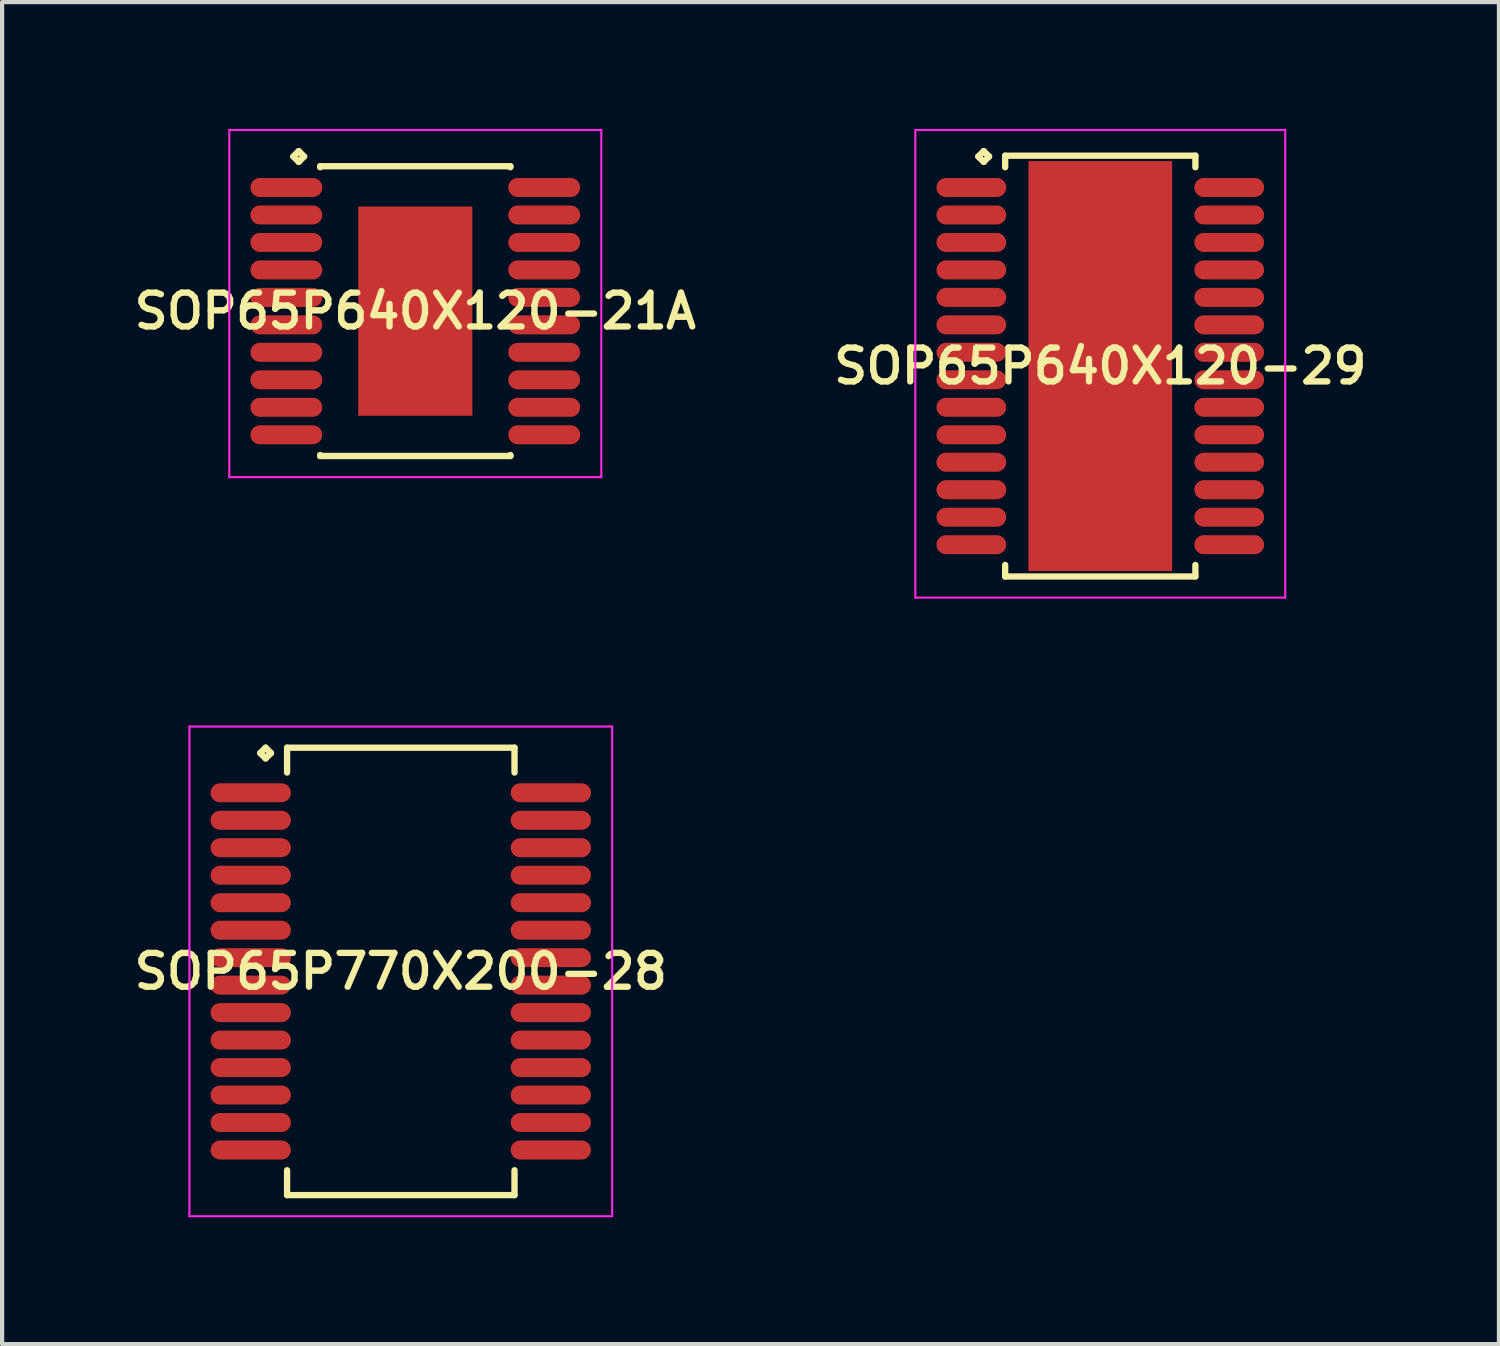
<source format=kicad_pcb>
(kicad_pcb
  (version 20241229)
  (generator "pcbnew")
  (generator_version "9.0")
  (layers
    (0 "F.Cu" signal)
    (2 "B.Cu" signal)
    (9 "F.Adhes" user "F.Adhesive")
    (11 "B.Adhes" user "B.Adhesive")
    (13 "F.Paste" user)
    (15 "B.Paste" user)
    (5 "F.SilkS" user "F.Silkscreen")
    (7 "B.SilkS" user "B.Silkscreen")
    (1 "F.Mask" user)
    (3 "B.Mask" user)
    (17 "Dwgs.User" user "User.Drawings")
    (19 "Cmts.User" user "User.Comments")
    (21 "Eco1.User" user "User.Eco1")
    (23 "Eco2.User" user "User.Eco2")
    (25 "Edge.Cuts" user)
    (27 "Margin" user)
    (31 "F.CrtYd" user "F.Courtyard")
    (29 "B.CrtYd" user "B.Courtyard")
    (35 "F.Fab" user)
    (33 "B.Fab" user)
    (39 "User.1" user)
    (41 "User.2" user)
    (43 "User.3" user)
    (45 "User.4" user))
  (footprint "SOP65P640X120-21A"
    (layer "F.Cu")
    (at 6.774 4.31)
    (property "Reference" "SOP65P640X120-21A" (at 0 0 0) (layer "F.SilkS") (effects (font (size 0.8 0.8) (thickness 0.15))))
    (attr smd)
    (fp_line (start -2.885 -3.658) (end -2.758 -3.785) (stroke (width 0.15) (type solid)) (layer "F.SilkS"))
    (fp_line (start -2.758 -3.785) (end -2.631 -3.658) (stroke (width 0.15) (type solid)) (layer "F.SilkS"))
    (fp_line (start -2.758 -3.531) (end -2.885 -3.658) (stroke (width 0.15) (type solid)) (layer "F.SilkS"))
    (fp_line (start -2.631 -3.658) (end -2.758 -3.531) (stroke (width 0.15) (type solid)) (layer "F.SilkS"))
    (fp_line (start -2.25 -3.427) (end 2.25 -3.427) (stroke (width 0.15) (type solid)) (layer "F.SilkS"))
    (fp_line (start -2.25 -3.404) (end -2.25 -3.427) (stroke (width 0.15) (type solid)) (layer "F.SilkS"))
    (fp_line (start -2.25 3.404) (end -2.25 3.427) (stroke (width 0.15) (type solid)) (layer "F.SilkS"))
    (fp_line (start -2.25 3.427) (end 2.25 3.427) (stroke (width 0.15) (type solid)) (layer "F.SilkS"))
    (fp_line (start 2.25 -3.427) (end 2.25 -3.404) (stroke (width 0.15) (type solid)) (layer "F.SilkS"))
    (fp_line (start 2.25 3.427) (end 2.25 3.404) (stroke (width 0.15) (type solid)) (layer "F.SilkS"))
    (fp_line (start -4.4 -4.285) (end 4.4 -4.285) (stroke (width 0.05) (type solid)) (layer "F.CrtYd"))
    (fp_line (start -4.4 3.927) (end -4.4 -4.285) (stroke (width 0.05) (type solid)) (layer "F.CrtYd"))
    (fp_line (start 4.4 -4.285) (end 4.4 3.927) (stroke (width 0.05) (type solid)) (layer "F.CrtYd"))
    (fp_line (start 4.4 3.927) (end -4.4 3.927) (stroke (width 0.05) (type solid)) (layer "F.CrtYd"))
    (pad "1" smd oval (at -3.05 -2.925) (size 1.7 0.45) (layers "F.Cu" "F.Mask" "F.Paste"))
    (pad "2" smd oval (at -3.05 -2.275) (size 1.7 0.45) (layers "F.Cu" "F.Mask" "F.Paste"))
    (pad "3" smd oval (at -3.05 -1.625) (size 1.7 0.45) (layers "F.Cu" "F.Mask" "F.Paste"))
    (pad "4" smd oval (at -3.05 -0.975) (size 1.7 0.45) (layers "F.Cu" "F.Mask" "F.Paste"))
    (pad "5" smd oval (at -3.05 -0.325) (size 1.7 0.45) (layers "F.Cu" "F.Mask" "F.Paste"))
    (pad "6" smd oval (at -3.05 0.325) (size 1.7 0.45) (layers "F.Cu" "F.Mask" "F.Paste"))
    (pad "7" smd oval (at -3.05 0.975) (size 1.7 0.45) (layers "F.Cu" "F.Mask" "F.Paste"))
    (pad "8" smd oval (at -3.05 1.625) (size 1.7 0.45) (layers "F.Cu" "F.Mask" "F.Paste"))
    (pad "9" smd oval (at -3.05 2.275) (size 1.7 0.45) (layers "F.Cu" "F.Mask" "F.Paste"))
    (pad "10" smd oval (at -3.05 2.925) (size 1.7 0.45) (layers "F.Cu" "F.Mask" "F.Paste"))
    (pad "11" smd oval (at 3.05 2.925) (size 1.7 0.45) (layers "F.Cu" "F.Mask" "F.Paste"))
    (pad "12" smd oval (at 3.05 2.275) (size 1.7 0.45) (layers "F.Cu" "F.Mask" "F.Paste"))
    (pad "13" smd oval (at 3.05 1.625) (size 1.7 0.45) (layers "F.Cu" "F.Mask" "F.Paste"))
    (pad "14" smd oval (at 3.05 0.975) (size 1.7 0.45) (layers "F.Cu" "F.Mask" "F.Paste"))
    (pad "15" smd oval (at 3.05 0.325) (size 1.7 0.45) (layers "F.Cu" "F.Mask" "F.Paste"))
    (pad "16" smd oval (at 3.05 -0.325) (size 1.7 0.45) (layers "F.Cu" "F.Mask" "F.Paste"))
    (pad "17" smd oval (at 3.05 -0.975) (size 1.7 0.45) (layers "F.Cu" "F.Mask" "F.Paste"))
    (pad "18" smd oval (at 3.05 -1.625) (size 1.7 0.45) (layers "F.Cu" "F.Mask" "F.Paste"))
    (pad "19" smd oval (at 3.05 -2.275) (size 1.7 0.45) (layers "F.Cu" "F.Mask" "F.Paste"))
    (pad "20" smd oval (at 3.05 -2.925) (size 1.7 0.45) (layers "F.Cu" "F.Mask" "F.Paste"))
    (pad "21" smd rect (at 0 0) (size 2.7 4.95) (layers "F.Cu" "F.Mask" "F.Paste")))
  (footprint "SOP65P640X120-29"
    (layer "F.Cu")
    (at 22.978 5.61)
    (property "Reference" "SOP65P640X120-29" (at 0 0 0) (layer "F.SilkS") (effects (font (size 0.8 0.8) (thickness 0.15))))
    (attr smd)
    (fp_line (start -2.885 -4.958) (end -2.758 -5.085) (stroke (width 0.15) (type solid)) (layer "F.SilkS"))
    (fp_line (start -2.758 -5.085) (end -2.631 -4.958) (stroke (width 0.15) (type solid)) (layer "F.SilkS"))
    (fp_line (start -2.758 -4.831) (end -2.885 -4.958) (stroke (width 0.15) (type solid)) (layer "F.SilkS"))
    (fp_line (start -2.631 -4.958) (end -2.758 -4.831) (stroke (width 0.15) (type solid)) (layer "F.SilkS"))
    (fp_line (start -2.25 -4.977) (end 2.25 -4.977) (stroke (width 0.15) (type solid)) (layer "F.SilkS"))
    (fp_line (start -2.25 -4.704) (end -2.25 -4.977) (stroke (width 0.15) (type solid)) (layer "F.SilkS"))
    (fp_line (start -2.25 4.704) (end -2.25 4.977) (stroke (width 0.15) (type solid)) (layer "F.SilkS"))
    (fp_line (start -2.25 4.977) (end 2.25 4.977) (stroke (width 0.15) (type solid)) (layer "F.SilkS"))
    (fp_line (start 2.25 -4.977) (end 2.25 -4.704) (stroke (width 0.15) (type solid)) (layer "F.SilkS"))
    (fp_line (start 2.25 4.977) (end 2.25 4.704) (stroke (width 0.15) (type solid)) (layer "F.SilkS"))
    (fp_line (start -4.375 -5.585) (end 4.375 -5.585) (stroke (width 0.05) (type solid)) (layer "F.CrtYd"))
    (fp_line (start -4.375 5.477) (end -4.375 -5.585) (stroke (width 0.05) (type solid)) (layer "F.CrtYd"))
    (fp_line (start 4.375 -5.585) (end 4.375 5.477) (stroke (width 0.05) (type solid)) (layer "F.CrtYd"))
    (fp_line (start 4.375 5.477) (end -4.375 5.477) (stroke (width 0.05) (type solid)) (layer "F.CrtYd"))
    (pad "1" smd oval (at -3.05 -4.225) (size 1.65 0.45) (layers "F.Cu" "F.Mask" "F.Paste"))
    (pad "2" smd oval (at -3.05 -3.575) (size 1.65 0.45) (layers "F.Cu" "F.Mask" "F.Paste"))
    (pad "3" smd oval (at -3.05 -2.925) (size 1.65 0.45) (layers "F.Cu" "F.Mask" "F.Paste"))
    (pad "4" smd oval (at -3.05 -2.275) (size 1.65 0.45) (layers "F.Cu" "F.Mask" "F.Paste"))
    (pad "5" smd oval (at -3.05 -1.625) (size 1.65 0.45) (layers "F.Cu" "F.Mask" "F.Paste"))
    (pad "6" smd oval (at -3.05 -0.975) (size 1.65 0.45) (layers "F.Cu" "F.Mask" "F.Paste"))
    (pad "7" smd oval (at -3.05 -0.325) (size 1.65 0.45) (layers "F.Cu" "F.Mask" "F.Paste"))
    (pad "8" smd oval (at -3.05 0.325) (size 1.65 0.45) (layers "F.Cu" "F.Mask" "F.Paste"))
    (pad "9" smd oval (at -3.05 0.975) (size 1.65 0.45) (layers "F.Cu" "F.Mask" "F.Paste"))
    (pad "10" smd oval (at -3.05 1.625) (size 1.65 0.45) (layers "F.Cu" "F.Mask" "F.Paste"))
    (pad "11" smd oval (at -3.05 2.275) (size 1.65 0.45) (layers "F.Cu" "F.Mask" "F.Paste"))
    (pad "12" smd oval (at -3.05 2.925) (size 1.65 0.45) (layers "F.Cu" "F.Mask" "F.Paste"))
    (pad "13" smd oval (at -3.05 3.575) (size 1.65 0.45) (layers "F.Cu" "F.Mask" "F.Paste"))
    (pad "14" smd oval (at -3.05 4.225) (size 1.65 0.45) (layers "F.Cu" "F.Mask" "F.Paste"))
    (pad "15" smd oval (at 3.05 4.225) (size 1.65 0.45) (layers "F.Cu" "F.Mask" "F.Paste"))
    (pad "16" smd oval (at 3.05 3.575) (size 1.65 0.45) (layers "F.Cu" "F.Mask" "F.Paste"))
    (pad "17" smd oval (at 3.05 2.925) (size 1.65 0.45) (layers "F.Cu" "F.Mask" "F.Paste"))
    (pad "18" smd oval (at 3.05 2.275) (size 1.65 0.45) (layers "F.Cu" "F.Mask" "F.Paste"))
    (pad "19" smd oval (at 3.05 1.625) (size 1.65 0.45) (layers "F.Cu" "F.Mask" "F.Paste"))
    (pad "20" smd oval (at 3.05 0.975) (size 1.65 0.45) (layers "F.Cu" "F.Mask" "F.Paste"))
    (pad "21" smd oval (at 3.05 0.325) (size 1.65 0.45) (layers "F.Cu" "F.Mask" "F.Paste"))
    (pad "22" smd oval (at 3.05 -0.325) (size 1.65 0.45) (layers "F.Cu" "F.Mask" "F.Paste"))
    (pad "23" smd oval (at 3.05 -0.975) (size 1.65 0.45) (layers "F.Cu" "F.Mask" "F.Paste"))
    (pad "24" smd oval (at 3.05 -1.625) (size 1.65 0.45) (layers "F.Cu" "F.Mask" "F.Paste"))
    (pad "25" smd oval (at 3.05 -2.275) (size 1.65 0.45) (layers "F.Cu" "F.Mask" "F.Paste"))
    (pad "26" smd oval (at 3.05 -2.925) (size 1.65 0.45) (layers "F.Cu" "F.Mask" "F.Paste"))
    (pad "27" smd oval (at 3.05 -3.575) (size 1.65 0.45) (layers "F.Cu" "F.Mask" "F.Paste"))
    (pad "28" smd oval (at 3.05 -4.225) (size 1.65 0.45) (layers "F.Cu" "F.Mask" "F.Paste"))
    (pad "29" smd rect (at 0 0) (size 3.4 9.7) (layers "F.Cu" "F.Mask" "F.Paste")))
  (footprint "SOP65P770X200-28"
    (layer "F.Cu")
    (at 6.431 19.929)
    (property "Reference" "SOP65P770X200-28" (at 0 0 0) (layer "F.SilkS") (effects (font (size 0.8 0.8) (thickness 0.15))))
    (attr smd)
    (fp_line (start -3.325 -5.165) (end -3.198 -5.292) (stroke (width 0.15) (type solid)) (layer "F.SilkS"))
    (fp_line (start -3.198 -5.292) (end -3.071 -5.165) (stroke (width 0.15) (type solid)) (layer "F.SilkS"))
    (fp_line (start -3.198 -5.038) (end -3.325 -5.165) (stroke (width 0.15) (type solid)) (layer "F.SilkS"))
    (fp_line (start -3.071 -5.165) (end -3.198 -5.038) (stroke (width 0.15) (type solid)) (layer "F.SilkS"))
    (fp_line (start -2.69 -5.292) (end 2.69 -5.292) (stroke (width 0.15) (type solid)) (layer "F.SilkS"))
    (fp_line (start -2.69 -4.704) (end -2.69 -5.292) (stroke (width 0.15) (type solid)) (layer "F.SilkS"))
    (fp_line (start -2.69 4.704) (end -2.69 5.292) (stroke (width 0.15) (type solid)) (layer "F.SilkS"))
    (fp_line (start -2.69 5.292) (end 2.69 5.292) (stroke (width 0.15) (type solid)) (layer "F.SilkS"))
    (fp_line (start 2.69 -5.292) (end 2.69 -4.704) (stroke (width 0.15) (type solid)) (layer "F.SilkS"))
    (fp_line (start 2.69 5.292) (end 2.69 4.704) (stroke (width 0.15) (type solid)) (layer "F.SilkS"))
    (fp_line (start -5 -5.792) (end 5 -5.792) (stroke (width 0.05) (type solid)) (layer "F.CrtYd"))
    (fp_line (start -5 5.792) (end -5 -5.792) (stroke (width 0.05) (type solid)) (layer "F.CrtYd"))
    (fp_line (start 5 -5.792) (end 5 5.792) (stroke (width 0.05) (type solid)) (layer "F.CrtYd"))
    (fp_line (start 5 5.792) (end -5 5.792) (stroke (width 0.05) (type solid)) (layer "F.CrtYd"))
    (pad "1" smd oval (at -3.55 -4.225) (size 1.9 0.45) (layers "F.Cu" "F.Mask" "F.Paste"))
    (pad "2" smd oval (at -3.55 -3.575) (size 1.9 0.45) (layers "F.Cu" "F.Mask" "F.Paste"))
    (pad "3" smd oval (at -3.55 -2.925) (size 1.9 0.45) (layers "F.Cu" "F.Mask" "F.Paste"))
    (pad "4" smd oval (at -3.55 -2.275) (size 1.9 0.45) (layers "F.Cu" "F.Mask" "F.Paste"))
    (pad "5" smd oval (at -3.55 -1.625) (size 1.9 0.45) (layers "F.Cu" "F.Mask" "F.Paste"))
    (pad "6" smd oval (at -3.55 -0.975) (size 1.9 0.45) (layers "F.Cu" "F.Mask" "F.Paste"))
    (pad "7" smd oval (at -3.55 -0.325) (size 1.9 0.45) (layers "F.Cu" "F.Mask" "F.Paste"))
    (pad "8" smd oval (at -3.55 0.325) (size 1.9 0.45) (layers "F.Cu" "F.Mask" "F.Paste"))
    (pad "9" smd oval (at -3.55 0.975) (size 1.9 0.45) (layers "F.Cu" "F.Mask" "F.Paste"))
    (pad "10" smd oval (at -3.55 1.625) (size 1.9 0.45) (layers "F.Cu" "F.Mask" "F.Paste"))
    (pad "11" smd oval (at -3.55 2.275) (size 1.9 0.45) (layers "F.Cu" "F.Mask" "F.Paste"))
    (pad "12" smd oval (at -3.55 2.925) (size 1.9 0.45) (layers "F.Cu" "F.Mask" "F.Paste"))
    (pad "13" smd oval (at -3.55 3.575) (size 1.9 0.45) (layers "F.Cu" "F.Mask" "F.Paste"))
    (pad "14" smd oval (at -3.55 4.225) (size 1.9 0.45) (layers "F.Cu" "F.Mask" "F.Paste"))
    (pad "15" smd oval (at 3.55 4.225) (size 1.9 0.45) (layers "F.Cu" "F.Mask" "F.Paste"))
    (pad "16" smd oval (at 3.55 3.575) (size 1.9 0.45) (layers "F.Cu" "F.Mask" "F.Paste"))
    (pad "17" smd oval (at 3.55 2.925) (size 1.9 0.45) (layers "F.Cu" "F.Mask" "F.Paste"))
    (pad "18" smd oval (at 3.55 2.275) (size 1.9 0.45) (layers "F.Cu" "F.Mask" "F.Paste"))
    (pad "19" smd oval (at 3.55 1.625) (size 1.9 0.45) (layers "F.Cu" "F.Mask" "F.Paste"))
    (pad "20" smd oval (at 3.55 0.975) (size 1.9 0.45) (layers "F.Cu" "F.Mask" "F.Paste"))
    (pad "21" smd oval (at 3.55 0.325) (size 1.9 0.45) (layers "F.Cu" "F.Mask" "F.Paste"))
    (pad "22" smd oval (at 3.55 -0.325) (size 1.9 0.45) (layers "F.Cu" "F.Mask" "F.Paste"))
    (pad "23" smd oval (at 3.55 -0.975) (size 1.9 0.45) (layers "F.Cu" "F.Mask" "F.Paste"))
    (pad "24" smd oval (at 3.55 -1.625) (size 1.9 0.45) (layers "F.Cu" "F.Mask" "F.Paste"))
    (pad "25" smd oval (at 3.55 -2.275) (size 1.9 0.45) (layers "F.Cu" "F.Mask" "F.Paste"))
    (pad "26" smd oval (at 3.55 -2.925) (size 1.9 0.45) (layers "F.Cu" "F.Mask" "F.Paste"))
    (pad "27" smd oval (at 3.55 -3.575) (size 1.9 0.45) (layers "F.Cu" "F.Mask" "F.Paste"))
    (pad "28" smd oval (at 3.55 -4.225) (size 1.9 0.45) (layers "F.Cu" "F.Mask" "F.Paste")))
  (gr_rect
    (start -3 -3)
    (end 32.409 28.746)
    (stroke (width 0.1) (type default))
    (fill no)
    (layer "Edge.Cuts")))
</source>
